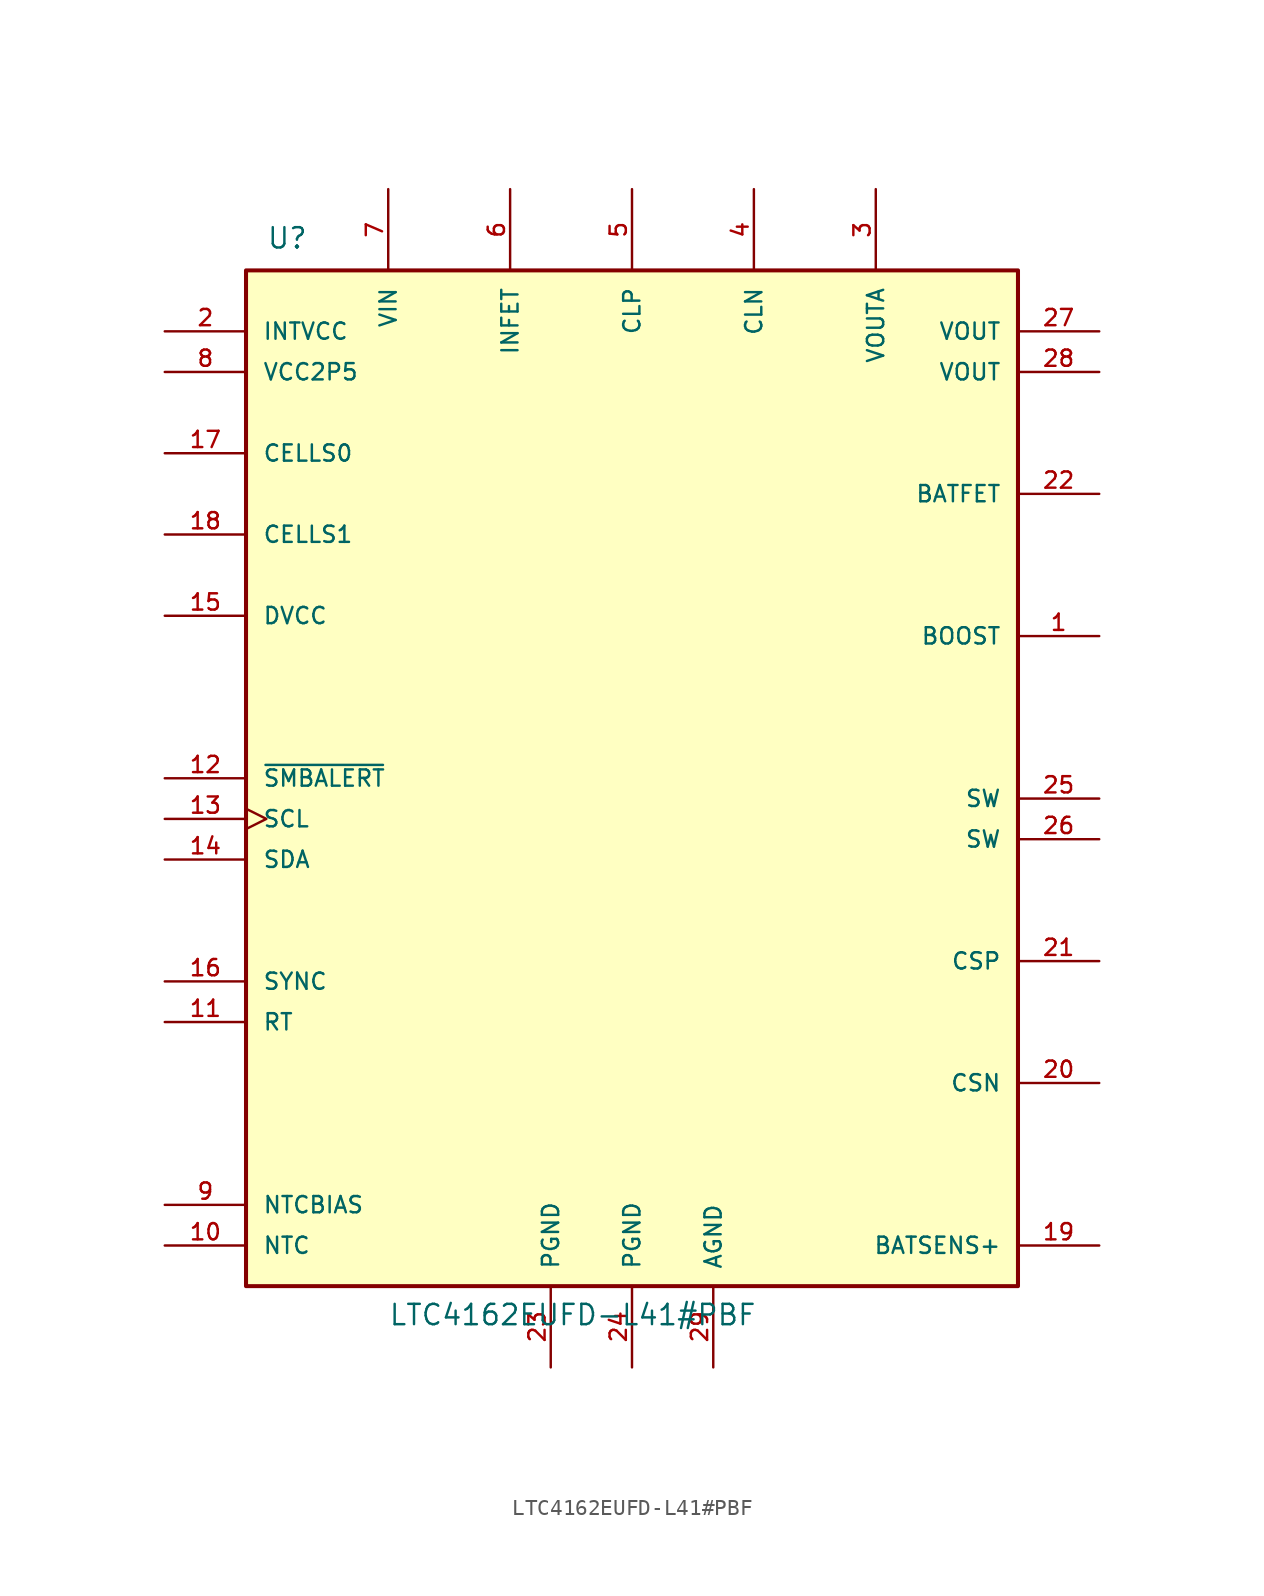
<source format=kicad_sym>
(kicad_symbol_lib
  (version 20211014)
  (generator kicad_symbol_editor)
  (symbol "LTC4162EUFD-L41#PBF"
    (pin_names
      (offset 1.016))
    (property "Reference" "U"
      (at -22.86 31.75 0)
      (effects (font (size 1.27 1.27)) (justify left bottom)))
    (property "Value" "LTC4162EUFD-L41#PBF"
      (at -15.24 -35.56 0)
      (effects (font (size 1.27 1.27)) (justify left bottom)))
    (symbol "LTC4162EUFD-L41#PBF_0_0"
      (rectangle (start -24.13 30.48) (end 24.13 -33.02) (stroke (width 0.254) (type default) (color 0 0 0 0)) (fill (type background)))
      (pin passive line (at 29.21 7.62 180) (length 5.08) (name "BOOST" (effects (font (size 1.016 1.016)))) (number "1" (effects (font (size 1.016 1.016)))))
      (pin input line (at -29.21 -30.48 0) (length 5.08) (name "NTC" (effects (font (size 1.016 1.016)))) (number "10" (effects (font (size 1.016 1.016)))))
      (pin passive line (at -29.21 -16.51 0) (length 5.08) (name "RT" (effects (font (size 1.016 1.016)))) (number "11" (effects (font (size 1.016 1.016)))))
      (pin output line (at -29.21 -1.27 0) (length 5.08) (name "~{SMBALERT}" (effects (font (size 1.016 1.016)))) (number "12" (effects (font (size 1.016 1.016)))))
      (pin input clock (at -29.21 -3.81 0) (length 5.08) (name "SCL" (effects (font (size 1.016 1.016)))) (number "13" (effects (font (size 1.016 1.016)))))
      (pin bidirectional line (at -29.21 -6.35 0) (length 5.08) (name "SDA" (effects (font (size 1.016 1.016)))) (number "14" (effects (font (size 1.016 1.016)))))
      (pin power_in line (at -29.21 8.89 0) (length 5.08) (name "DVCC" (effects (font (size 1.016 1.016)))) (number "15" (effects (font (size 1.016 1.016)))))
      (pin input line (at -29.21 -13.97 0) (length 5.08) (name "SYNC" (effects (font (size 1.016 1.016)))) (number "16" (effects (font (size 1.016 1.016)))))
      (pin input line (at -29.21 19.05 0) (length 5.08) (name "CELLS0" (effects (font (size 1.016 1.016)))) (number "17" (effects (font (size 1.016 1.016)))))
      (pin input line (at -29.21 13.97 0) (length 5.08) (name "CELLS1" (effects (font (size 1.016 1.016)))) (number "18" (effects (font (size 1.016 1.016)))))
      (pin passive line (at 29.21 -30.48 180) (length 5.08) (name "BATSENS+" (effects (font (size 1.016 1.016)))) (number "19" (effects (font (size 1.016 1.016)))))
      (pin power_in line (at -29.21 26.67 0) (length 5.08) (name "INTVCC" (effects (font (size 1.016 1.016)))) (number "2" (effects (font (size 1.016 1.016)))))
      (pin input line (at 29.21 -20.32 180) (length 5.08) (name "CSN" (effects (font (size 1.016 1.016)))) (number "20" (effects (font (size 1.016 1.016)))))
      (pin input line (at 29.21 -12.7 180) (length 5.08) (name "CSP" (effects (font (size 1.016 1.016)))) (number "21" (effects (font (size 1.016 1.016)))))
      (pin input line (at 29.21 16.51 180) (length 5.08) (name "BATFET" (effects (font (size 1.016 1.016)))) (number "22" (effects (font (size 1.016 1.016)))))
      (pin power_in line (at -5.08 -38.1 90) (length 5.08) (name "PGND" (effects (font (size 1.016 1.016)))) (number "23" (effects (font (size 1.016 1.016)))))
      (pin power_in line (at 0 -38.1 90) (length 5.08) (name "PGND" (effects (font (size 1.016 1.016)))) (number "24" (effects (font (size 1.016 1.016)))))
      (pin bidirectional line (at 29.21 -2.54 180) (length 5.08) (name "SW" (effects (font (size 1.016 1.016)))) (number "25" (effects (font (size 1.016 1.016)))))
      (pin bidirectional line (at 29.21 -5.08 180) (length 5.08) (name "SW" (effects (font (size 1.016 1.016)))) (number "26" (effects (font (size 1.016 1.016)))))
      (pin output line (at 29.21 26.67 180) (length 5.08) (name "VOUT" (effects (font (size 1.016 1.016)))) (number "27" (effects (font (size 1.016 1.016)))))
      (pin output line (at 29.21 24.13 180) (length 5.08) (name "VOUT" (effects (font (size 1.016 1.016)))) (number "28" (effects (font (size 1.016 1.016)))))
      (pin power_in line (at 5.08 -38.1 90) (length 5.08) (name "AGND" (effects (font (size 1.016 1.016)))) (number "29" (effects (font (size 1.016 1.016)))))
      (pin output line (at 15.24 35.56 270) (length 5.08) (name "VOUTA" (effects (font (size 1.016 1.016)))) (number "3" (effects (font (size 1.016 1.016)))))
      (pin input line (at 7.62 35.56 270) (length 5.08) (name "CLN" (effects (font (size 1.016 1.016)))) (number "4" (effects (font (size 1.016 1.016)))))
      (pin input line (at 0 35.56 270) (length 5.08) (name "CLP" (effects (font (size 1.016 1.016)))) (number "5" (effects (font (size 1.016 1.016)))))
      (pin output line (at -7.62 35.56 270) (length 5.08) (name "INFET" (effects (font (size 1.016 1.016)))) (number "6" (effects (font (size 1.016 1.016)))))
      (pin input line (at -15.24 35.56 270) (length 5.08) (name "VIN" (effects (font (size 1.016 1.016)))) (number "7" (effects (font (size 1.016 1.016)))))
      (pin power_in line (at -29.21 24.13 0) (length 5.08) (name "VCC2P5" (effects (font (size 1.016 1.016)))) (number "8" (effects (font (size 1.016 1.016)))))
      (pin output line (at -29.21 -27.94 0) (length 5.08) (name "NTCBIAS" (effects (font (size 1.016 1.016)))) (number "9" (effects (font (size 1.016 1.016))))))))
</source>
